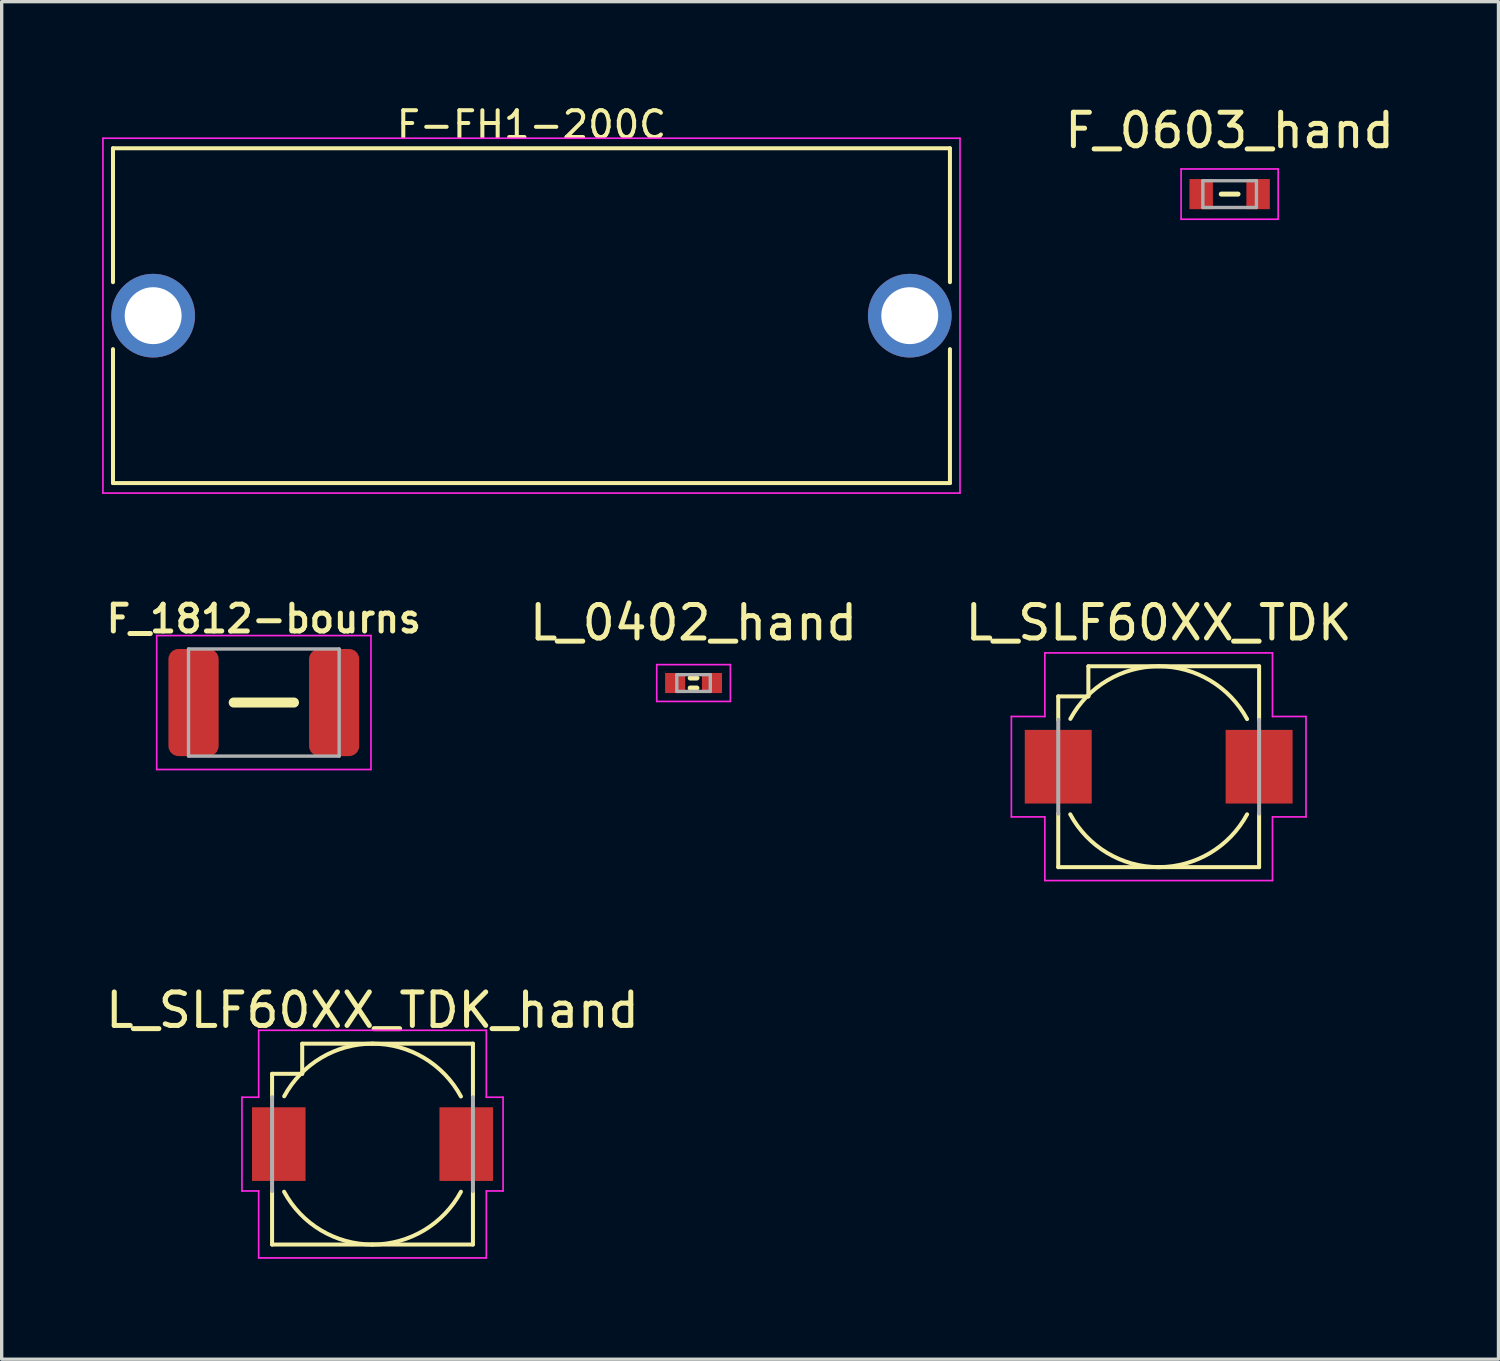
<source format=kicad_pcb>
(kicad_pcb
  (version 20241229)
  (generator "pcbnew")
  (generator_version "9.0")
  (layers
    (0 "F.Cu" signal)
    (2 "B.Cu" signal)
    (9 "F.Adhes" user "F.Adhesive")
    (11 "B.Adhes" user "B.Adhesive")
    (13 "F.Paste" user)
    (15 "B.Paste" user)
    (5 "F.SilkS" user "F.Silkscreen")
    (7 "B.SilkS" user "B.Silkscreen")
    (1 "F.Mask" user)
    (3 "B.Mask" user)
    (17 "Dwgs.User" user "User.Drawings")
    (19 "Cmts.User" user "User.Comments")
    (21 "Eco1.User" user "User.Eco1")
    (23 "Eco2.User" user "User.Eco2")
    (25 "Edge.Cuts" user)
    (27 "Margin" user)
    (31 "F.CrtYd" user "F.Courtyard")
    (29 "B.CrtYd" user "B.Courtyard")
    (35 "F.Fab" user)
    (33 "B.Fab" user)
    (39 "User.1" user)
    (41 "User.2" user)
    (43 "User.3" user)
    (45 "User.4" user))
  (footprint "F_0603_hand"
    (layer "F.Cu")
    (at 33.68 2.748)
    (property "Reference" "F_0603_hand" (at 0 -1.9 0) (layer "F.SilkS") (effects (font (size 1 1) (thickness 0.15))))
    (attr smd)
    (fp_line (start -0.25 0) (end 0.25 0) (stroke (width 0.15) (type solid)) (layer "F.SilkS"))
    (fp_line (start -1.45 -0.75) (end -1.45 0.75) (stroke (width 0.05) (type solid)) (layer "F.CrtYd"))
    (fp_line (start -1.45 -0.75) (end 1.45 -0.75) (stroke (width 0.05) (type solid)) (layer "F.CrtYd"))
    (fp_line (start -1.45 0.75) (end 1.45 0.75) (stroke (width 0.05) (type solid)) (layer "F.CrtYd"))
    (fp_line (start 1.45 -0.75) (end 1.45 0.75) (stroke (width 0.05) (type solid)) (layer "F.CrtYd"))
    (fp_line (start -0.8 -0.4) (end 0.8 -0.4) (stroke (width 0.1) (type solid)) (layer "F.Fab"))
    (fp_line (start -0.8 0.4) (end -0.8 -0.4) (stroke (width 0.1) (type solid)) (layer "F.Fab"))
    (fp_line (start 0.8 -0.4) (end 0.8 0.4) (stroke (width 0.1) (type solid)) (layer "F.Fab"))
    (fp_line (start 0.8 0.4) (end -0.8 0.4) (stroke (width 0.1) (type solid)) (layer "F.Fab"))
    (pad "1" smd rect (at -0.85 0) (size 0.7 0.9) (layers "F.Cu" "F.Mask" "F.Paste"))
    (pad "2" smd rect (at 0.85 0) (size 0.7 0.9) (layers "F.Cu" "F.Mask" "F.Paste")))
  (footprint "L_0402_hand"
    (layer "F.Cu")
    (at 17.667 17.352)
    (property "Reference" "L_0402_hand" (at 0 -1.8 0) (layer "F.SilkS") (effects (font (size 1 1) (thickness 0.15))))
    (attr smd)
    (fp_line (start -0.1 -0.15) (end 0.1 -0.15) (stroke (width 0.15) (type solid)) (layer "F.SilkS"))
    (fp_line (start -0.1 0.15) (end 0.1 0.15) (stroke (width 0.15) (type solid)) (layer "F.SilkS"))
    (fp_line (start -1.1 -0.55) (end -1.1 0.55) (stroke (width 0.05) (type solid)) (layer "F.CrtYd"))
    (fp_line (start -1.1 -0.55) (end 1.1 -0.55) (stroke (width 0.05) (type solid)) (layer "F.CrtYd"))
    (fp_line (start -1.1 0.55) (end 1.1 0.55) (stroke (width 0.05) (type solid)) (layer "F.CrtYd"))
    (fp_line (start 1.1 -0.55) (end 1.1 0.55) (stroke (width 0.05) (type solid)) (layer "F.CrtYd"))
    (fp_line (start -0.5 -0.25) (end 0.5 -0.25) (stroke (width 0.1) (type solid)) (layer "F.Fab"))
    (fp_line (start -0.5 0.25) (end -0.5 -0.25) (stroke (width 0.1) (type solid)) (layer "F.Fab"))
    (fp_line (start 0.5 -0.25) (end 0.5 0.25) (stroke (width 0.1) (type solid)) (layer "F.Fab"))
    (fp_line (start 0.5 0.25) (end -0.5 0.25) (stroke (width 0.1) (type solid)) (layer "F.Fab"))
    (pad "1" smd rect (at -0.55 0) (size 0.6 0.6) (layers "F.Cu" "F.Mask" "F.Paste"))
    (pad "2" smd rect (at 0.55 0) (size 0.6 0.6) (layers "F.Cu" "F.Mask" "F.Paste")))
  (footprint "L_SLF60XX_TDK"
    (layer "F.Cu")
    (at 31.56 19.852)
    (property "Reference" "L_SLF60XX_TDK" (at 0 -4.3 0) (layer "F.SilkS") (effects (font (size 1 1) (thickness 0.15))))
    (attr smd)
    (fp_line (start -3 -2.1) (end -3 -1.4) (stroke (width 0.12) (type solid)) (layer "F.SilkS"))
    (fp_line (start -3 -2.1) (end -2.1 -2.1) (stroke (width 0.12) (type solid)) (layer "F.SilkS"))
    (fp_line (start -3 1.4) (end -3 3) (stroke (width 0.12) (type solid)) (layer "F.SilkS"))
    (fp_line (start -3 3) (end 3 3) (stroke (width 0.12) (type solid)) (layer "F.SilkS"))
    (fp_line (start -2.1 -2.1) (end -2.1 -3) (stroke (width 0.12) (type solid)) (layer "F.SilkS"))
    (fp_line (start 3 -3) (end -2.1 -3) (stroke (width 0.12) (type solid)) (layer "F.SilkS"))
    (fp_line (start 3 -3) (end 3 -1.4) (stroke (width 0.12) (type solid)) (layer "F.SilkS"))
    (fp_line (start 3 3) (end 3 1.4) (stroke (width 0.12) (type solid)) (layer "F.SilkS"))
    (fp_arc (start -2.637876 -1.428849) (mid -1.535163 -2.577455) (end 0 -3) (stroke (width 0.12) (type solid)) (layer "F.SilkS"))
    (fp_arc (start 0 -3) (mid 1.538377 -2.575538) (end 2.641432 -1.422265) (stroke (width 0.12) (type solid)) (layer "F.SilkS"))
    (fp_arc (start 0 3) (mid -1.538377 2.575538) (end -2.641432 1.422265) (stroke (width 0.12) (type solid)) (layer "F.SilkS"))
    (fp_arc (start 2.641413 1.422299) (mid 1.53836 2.575548) (end 0 3) (stroke (width 0.12) (type solid)) (layer "F.SilkS"))
    (fp_line (start -4.4 -1.5) (end -3.4 -1.5) (stroke (width 0.05) (type solid)) (layer "F.CrtYd"))
    (fp_line (start -4.4 1.5) (end -4.4 -1.5) (stroke (width 0.05) (type solid)) (layer "F.CrtYd"))
    (fp_line (start -3.4 -3.4) (end 3.4 -3.4) (stroke (width 0.05) (type solid)) (layer "F.CrtYd"))
    (fp_line (start -3.4 -1.5) (end -3.4 -3.4) (stroke (width 0.05) (type solid)) (layer "F.CrtYd"))
    (fp_line (start -3.4 1.5) (end -4.4 1.5) (stroke (width 0.05) (type solid)) (layer "F.CrtYd"))
    (fp_line (start -3.4 3.4) (end -3.4 1.5) (stroke (width 0.05) (type solid)) (layer "F.CrtYd"))
    (fp_line (start 3.4 -3.4) (end 3.4 -1.5) (stroke (width 0.05) (type solid)) (layer "F.CrtYd"))
    (fp_line (start 3.4 -1.5) (end 4.4 -1.5) (stroke (width 0.05) (type solid)) (layer "F.CrtYd"))
    (fp_line (start 3.4 1.5) (end 3.4 3.4) (stroke (width 0.05) (type solid)) (layer "F.CrtYd"))
    (fp_line (start 3.4 3.4) (end -3.4 3.4) (stroke (width 0.05) (type solid)) (layer "F.CrtYd"))
    (fp_line (start 4.4 -1.5) (end 4.4 1.5) (stroke (width 0.05) (type solid)) (layer "F.CrtYd"))
    (fp_line (start 4.4 1.5) (end 3.4 1.5) (stroke (width 0.05) (type solid)) (layer "F.CrtYd"))
    (fp_line (start -3 -1.4) (end -3 1.4) (stroke (width 0.12) (type solid)) (layer "F.Fab"))
    (fp_line (start 3 -1.4) (end 3 1.4) (stroke (width 0.12) (type solid)) (layer "F.Fab"))
    (pad "1" smd rect (at -3 0) (size 2 2.2) (layers "F.Cu" "F.Mask" "F.Paste"))
    (pad "2" smd rect (at 3 0) (size 2 2.2) (layers "F.Cu" "F.Mask" "F.Paste")))
  (footprint "L_SLF60XX_TDK_hand"
    (layer "F.Cu")
    (at 8.077 31.125)
    (property "Reference" "L_SLF60XX_TDK_hand" (at 0 -4 0) (layer "F.SilkS") (effects (font (size 1 1) (thickness 0.15))))
    (attr smd)
    (fp_line (start -3 -2.1) (end -3 -1.4) (stroke (width 0.12) (type solid)) (layer "F.SilkS"))
    (fp_line (start -3 -2.1) (end -2.1 -2.1) (stroke (width 0.12) (type solid)) (layer "F.SilkS"))
    (fp_line (start -3 1.4) (end -3 3) (stroke (width 0.12) (type solid)) (layer "F.SilkS"))
    (fp_line (start -3 3) (end 3 3) (stroke (width 0.12) (type solid)) (layer "F.SilkS"))
    (fp_line (start -2.1 -2.1) (end -2.1 -3) (stroke (width 0.12) (type solid)) (layer "F.SilkS"))
    (fp_line (start 3 -3) (end -2.1 -3) (stroke (width 0.12) (type solid)) (layer "F.SilkS"))
    (fp_line (start 3 -3) (end 3 -1.4) (stroke (width 0.12) (type solid)) (layer "F.SilkS"))
    (fp_line (start 3 3) (end 3 1.4) (stroke (width 0.12) (type solid)) (layer "F.SilkS"))
    (fp_arc (start -2.637876 -1.428849) (mid -1.535163 -2.577455) (end 0 -3) (stroke (width 0.12) (type solid)) (layer "F.SilkS"))
    (fp_arc (start 0 -3) (mid 1.538377 -2.575538) (end 2.641432 -1.422265) (stroke (width 0.12) (type solid)) (layer "F.SilkS"))
    (fp_arc (start 0 3) (mid -1.538377 2.575538) (end -2.641432 1.422265) (stroke (width 0.12) (type solid)) (layer "F.SilkS"))
    (fp_arc (start 2.641413 1.422299) (mid 1.53836 2.575548) (end 0 3) (stroke (width 0.12) (type solid)) (layer "F.SilkS"))
    (fp_line (start -3.9 -1.4) (end -3.4 -1.4) (stroke (width 0.05) (type solid)) (layer "F.CrtYd"))
    (fp_line (start -3.9 1.4) (end -3.9 -1.4) (stroke (width 0.05) (type solid)) (layer "F.CrtYd"))
    (fp_line (start -3.4 -3.4) (end 3.4 -3.4) (stroke (width 0.05) (type solid)) (layer "F.CrtYd"))
    (fp_line (start -3.4 -1.4) (end -3.4 -3.4) (stroke (width 0.05) (type solid)) (layer "F.CrtYd"))
    (fp_line (start -3.4 1.4) (end -3.9 1.4) (stroke (width 0.05) (type solid)) (layer "F.CrtYd"))
    (fp_line (start -3.4 3.4) (end -3.4 1.4) (stroke (width 0.05) (type solid)) (layer "F.CrtYd"))
    (fp_line (start 3.4 -3.4) (end 3.4 -1.4) (stroke (width 0.05) (type solid)) (layer "F.CrtYd"))
    (fp_line (start 3.4 -1.4) (end 3.9 -1.4) (stroke (width 0.05) (type solid)) (layer "F.CrtYd"))
    (fp_line (start 3.4 1.4) (end 3.4 3.4) (stroke (width 0.05) (type solid)) (layer "F.CrtYd"))
    (fp_line (start 3.4 3.4) (end -3.4 3.4) (stroke (width 0.05) (type solid)) (layer "F.CrtYd"))
    (fp_line (start 3.9 -1.4) (end 3.9 1.4) (stroke (width 0.05) (type solid)) (layer "F.CrtYd"))
    (fp_line (start 3.9 1.4) (end 3.4 1.4) (stroke (width 0.05) (type solid)) (layer "F.CrtYd"))
    (fp_line (start -3 -1.4) (end -3 1.4) (stroke (width 0.12) (type solid)) (layer "F.Fab"))
    (fp_line (start 3 -1.4) (end 3 1.4) (stroke (width 0.12) (type solid)) (layer "F.Fab"))
    (pad "1" smd rect (at -2.8 0) (size 1.6 2.2) (layers "F.Cu" "F.Mask" "F.Paste"))
    (pad "2" smd rect (at 2.8 0) (size 1.6 2.2) (layers "F.Cu" "F.Mask" "F.Paste")))
  (footprint "F-FH1-200C"
    (layer "F.Cu")
    (at 12.825 6.379)
    (property "Reference" "F-FH1-200C" (at 0 -5.7 0) (layer "F.SilkS") (effects (font (size 0.8 0.8) (thickness 0.12))))
    (attr through_hole)
    (fp_line (start -12.5 -5) (end -12.5 -1) (stroke (width 0.12) (type solid)) (layer "F.SilkS"))
    (fp_line (start -12.5 -5) (end 12.5 -5) (stroke (width 0.12) (type solid)) (layer "F.SilkS"))
    (fp_line (start -12.5 5) (end -12.5 1) (stroke (width 0.12) (type solid)) (layer "F.SilkS"))
    (fp_line (start 12.5 -5) (end 12.5 -1) (stroke (width 0.12) (type solid)) (layer "F.SilkS"))
    (fp_line (start 12.5 5) (end -12.5 5) (stroke (width 0.12) (type solid)) (layer "F.SilkS"))
    (fp_line (start 12.5 5) (end 12.5 1) (stroke (width 0.12) (type solid)) (layer "F.SilkS"))
    (fp_line (start -12.8 -5.3) (end -12.8 5.3) (stroke (width 0.05) (type solid)) (layer "F.CrtYd"))
    (fp_line (start -12.8 5.3) (end 12.8 5.3) (stroke (width 0.05) (type solid)) (layer "F.CrtYd"))
    (fp_line (start 12.8 -5.3) (end -12.8 -5.3) (stroke (width 0.05) (type solid)) (layer "F.CrtYd"))
    (fp_line (start 12.8 5.3) (end 12.8 -5.3) (stroke (width 0.05) (type solid)) (layer "F.CrtYd"))
    (pad "1" thru_hole circle (at -11.3 0) (size 2.5 2.5) (drill 1.7) (layers "*.Cu" "*.Mask"))
    (pad "2" thru_hole circle (at 11.3 0) (size 2.5 2.5) (drill 1.7) (layers "*.Cu" "*.Mask")))
  (footprint "F_1812-bourns"
    (layer "F.Cu")
    (at 4.831 17.935)
    (property "Reference" "F_1812-bourns" (at 0 -2.5 0) (unlocked yes) (layer "F.SilkS") (effects (font (size 0.8 0.8) (thickness 0.15))))
    (attr smd)
    (fp_line (start -0.9 0) (end 0.9 0) (stroke (width 0.3) (type default)) (layer "F.SilkS"))
    (fp_line (start -3.2 -2) (end -3.2 2) (stroke (width 0.05) (type default)) (layer "F.CrtYd"))
    (fp_line (start -3.2 2) (end 3.2 2) (stroke (width 0.05) (type default)) (layer "F.CrtYd"))
    (fp_line (start 3.2 -2) (end -3.2 -2) (stroke (width 0.05) (type default)) (layer "F.CrtYd"))
    (fp_line (start 3.2 2) (end 3.2 -2) (stroke (width 0.05) (type default)) (layer "F.CrtYd"))
    (fp_line (start -2.25 -1.6) (end 2.25 -1.6) (stroke (width 0.1) (type default)) (layer "F.Fab"))
    (fp_line (start -2.25 1.6) (end -2.25 -1.6) (stroke (width 0.1) (type default)) (layer "F.Fab"))
    (fp_line (start 2.25 -1.6) (end 2.25 1.6) (stroke (width 0.1) (type default)) (layer "F.Fab"))
    (fp_line (start 2.25 1.6) (end -2.25 1.6) (stroke (width 0.1) (type default)) (layer "F.Fab"))
    (pad "1" smd roundrect (at -2.1 0) (size 1.5 3.2) (layers "F.Cu" "F.Mask" "F.Paste") (roundrect_rratio 0.2))
    (pad "2" smd roundrect (at 2.1 0) (size 1.5 3.2) (layers "F.Cu" "F.Mask" "F.Paste") (roundrect_rratio 0.2)))
  (gr_rect
    (start -3 -3)
    (end 41.71 37.55)
    (stroke (width 0.1) (type default))
    (fill no)
    (layer "Edge.Cuts")))
</source>
